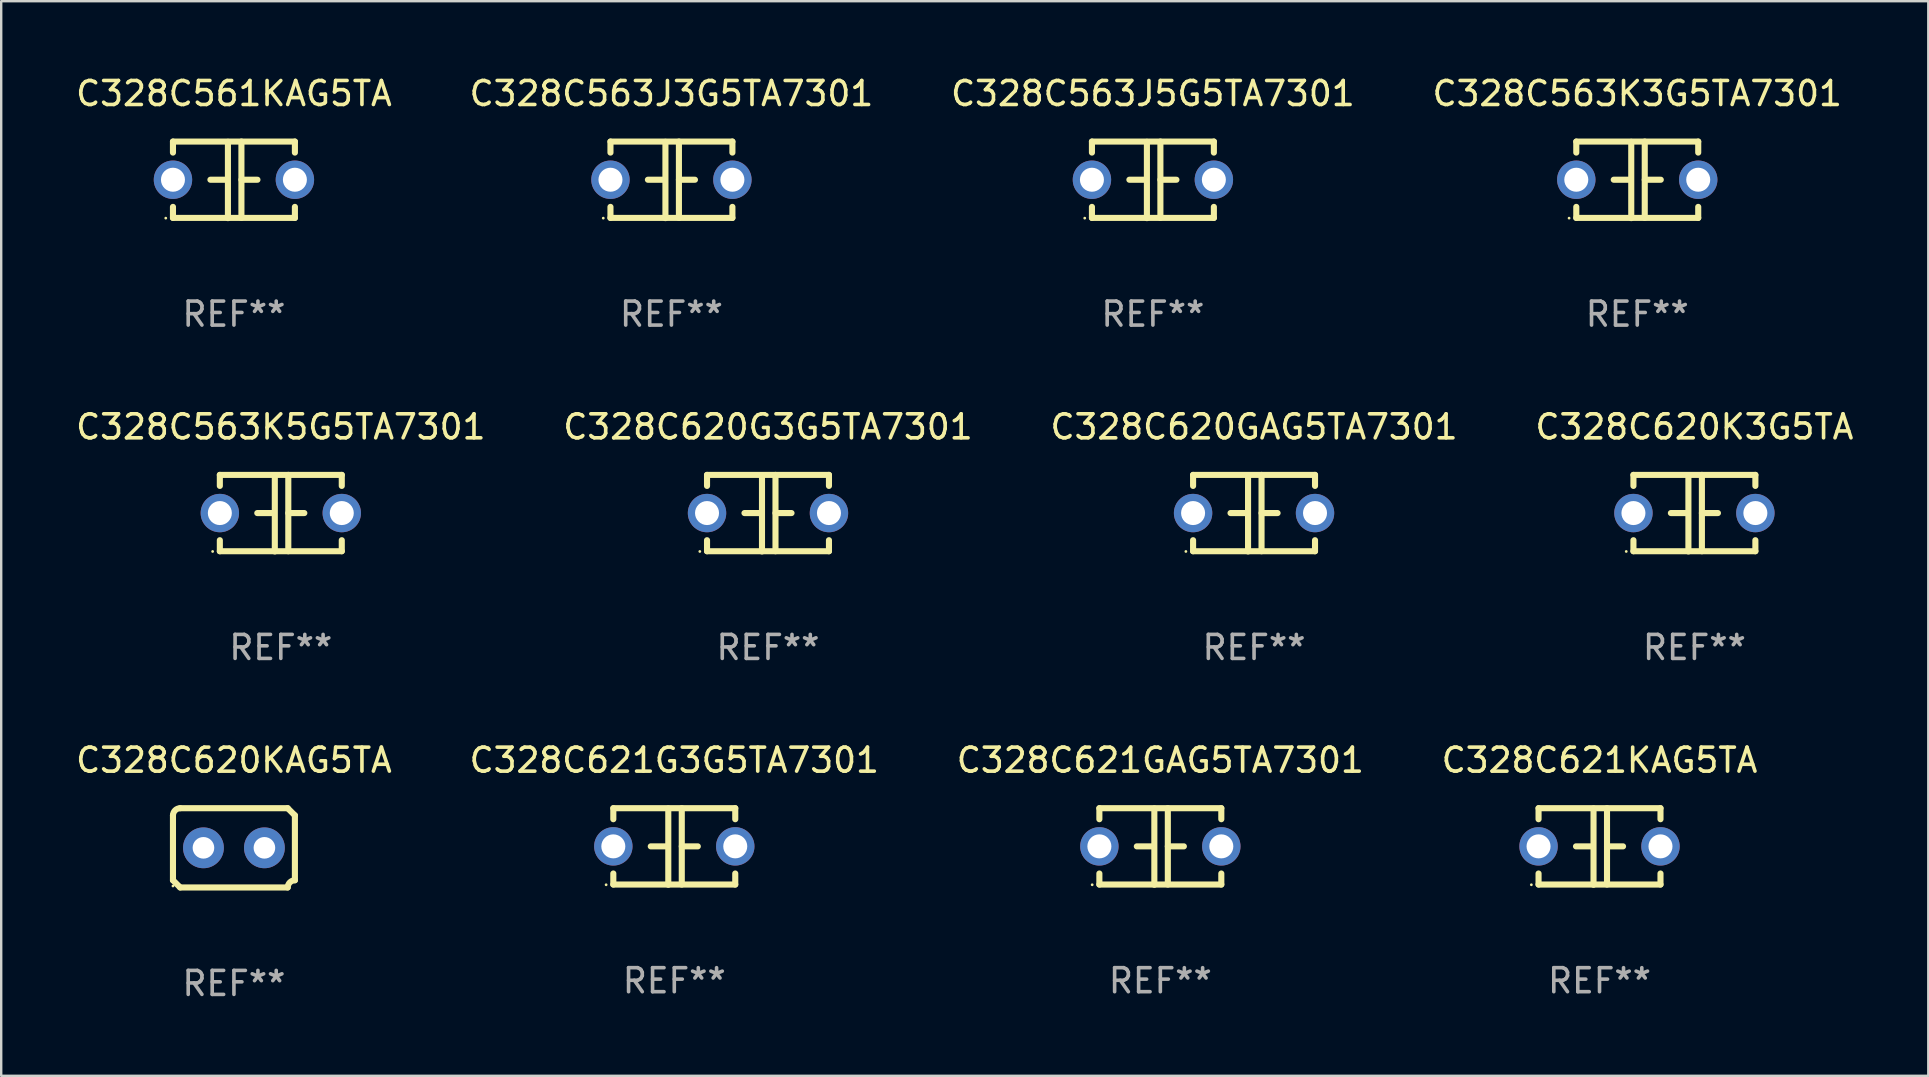
<source format=kicad_pcb>
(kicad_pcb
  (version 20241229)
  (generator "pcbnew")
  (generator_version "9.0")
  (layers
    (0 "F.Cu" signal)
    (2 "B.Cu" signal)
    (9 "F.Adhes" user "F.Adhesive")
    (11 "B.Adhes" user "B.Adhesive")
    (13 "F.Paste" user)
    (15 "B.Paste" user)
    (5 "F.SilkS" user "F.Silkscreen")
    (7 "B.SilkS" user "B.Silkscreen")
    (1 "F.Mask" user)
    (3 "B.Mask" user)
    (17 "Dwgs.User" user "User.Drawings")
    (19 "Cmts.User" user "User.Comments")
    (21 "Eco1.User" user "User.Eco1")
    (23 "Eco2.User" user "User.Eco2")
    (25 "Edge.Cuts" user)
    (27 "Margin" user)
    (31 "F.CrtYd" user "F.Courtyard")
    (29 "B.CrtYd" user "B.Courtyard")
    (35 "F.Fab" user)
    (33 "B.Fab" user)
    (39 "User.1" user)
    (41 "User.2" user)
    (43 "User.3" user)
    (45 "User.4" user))
  (footprint "C328C563K5G5TA7301"
    (layer "F.Cu")
    (at 8.649 18.33)
    (property "Reference" "C328C563K5G5TA7301" (at 0 -3.595 0) (layer "F.SilkS") (effects (font (size 1 1) (thickness 0.15))))
    (attr through_hole)
    (fp_line (start -2.54 -1.595) (end -2.54 -1.136) (stroke (width 0.254) (type solid)) (layer "F.SilkS"))
    (fp_line (start -2.54 -1.595) (end 2.54 -1.595) (stroke (width 0.254) (type solid)) (layer "F.SilkS"))
    (fp_line (start -2.54 1.126) (end -2.54 1.585) (stroke (width 0.254) (type solid)) (layer "F.SilkS"))
    (fp_line (start -0.312 -0.005) (end -0.98 -0.005) (stroke (width 0.254) (type solid)) (layer "F.SilkS"))
    (fp_line (start -0.25 -1.585) (end -0.25 1.595) (stroke (width 0.254) (type solid)) (layer "F.SilkS"))
    (fp_line (start 0.312 -1.595) (end 0.312 1.585) (stroke (width 0.254) (type solid)) (layer "F.SilkS"))
    (fp_line (start 0.312 -0.005) (end 0.98 -0.005) (stroke (width 0.254) (type solid)) (layer "F.SilkS"))
    (fp_line (start 2.54 -1.595) (end 2.54 -1.136) (stroke (width 0.254) (type solid)) (layer "F.SilkS"))
    (fp_line (start 2.54 1.126) (end 2.54 1.585) (stroke (width 0.254) (type solid)) (layer "F.SilkS"))
    (fp_line (start 2.54 1.585) (end -2.54 1.585) (stroke (width 0.254) (type solid)) (layer "F.SilkS"))
    (fp_circle (center -2.84 1.595) (end -2.81 1.595) (stroke (width 0.06) (type solid)) (fill no) (layer "F.SilkS"))
    (fp_text user "REF**" (at 0 5.595 0) (layer "F.Fab") (effects (font (size 1 1) (thickness 0.15))))
    (pad "1" thru_hole circle (at -2.54 -0.005) (size 1.6 1.6) (drill 1) (layers "*.Cu" "*.Mask"))
    (pad "2" thru_hole circle (at 2.54 -0.005) (size 1.6 1.6) (drill 1) (layers "*.Cu" "*.Mask")))
  (footprint "C328C620GAG5TA7301"
    (layer "F.Cu")
    (at 49.196 18.33)
    (property "Reference" "C328C620GAG5TA7301" (at 0 -3.595 0) (layer "F.SilkS") (effects (font (size 1 1) (thickness 0.15))))
    (attr through_hole)
    (fp_line (start -2.54 -1.595) (end -2.54 -1.136) (stroke (width 0.254) (type solid)) (layer "F.SilkS"))
    (fp_line (start -2.54 -1.595) (end 2.54 -1.595) (stroke (width 0.254) (type solid)) (layer "F.SilkS"))
    (fp_line (start -2.54 1.126) (end -2.54 1.585) (stroke (width 0.254) (type solid)) (layer "F.SilkS"))
    (fp_line (start -0.312 -0.005) (end -0.98 -0.005) (stroke (width 0.254) (type solid)) (layer "F.SilkS"))
    (fp_line (start -0.25 -1.585) (end -0.25 1.595) (stroke (width 0.254) (type solid)) (layer "F.SilkS"))
    (fp_line (start 0.312 -1.595) (end 0.312 1.585) (stroke (width 0.254) (type solid)) (layer "F.SilkS"))
    (fp_line (start 0.312 -0.005) (end 0.98 -0.005) (stroke (width 0.254) (type solid)) (layer "F.SilkS"))
    (fp_line (start 2.54 -1.595) (end 2.54 -1.136) (stroke (width 0.254) (type solid)) (layer "F.SilkS"))
    (fp_line (start 2.54 1.126) (end 2.54 1.585) (stroke (width 0.254) (type solid)) (layer "F.SilkS"))
    (fp_line (start 2.54 1.585) (end -2.54 1.585) (stroke (width 0.254) (type solid)) (layer "F.SilkS"))
    (fp_circle (center -2.84 1.595) (end -2.81 1.595) (stroke (width 0.06) (type solid)) (fill no) (layer "F.SilkS"))
    (fp_text user "REF**" (at 0 5.595 0) (layer "F.Fab") (effects (font (size 1 1) (thickness 0.15))))
    (pad "1" thru_hole circle (at -2.54 -0.005) (size 1.6 1.6) (drill 1) (layers "*.Cu" "*.Mask"))
    (pad "2" thru_hole circle (at 2.54 -0.005) (size 1.6 1.6) (drill 1) (layers "*.Cu" "*.Mask")))
  (footprint "C328C621G3G5TA7301"
    (layer "F.Cu")
    (at 25.042 32.216)
    (property "Reference" "C328C621G3G5TA7301" (at 0 -3.595 0) (layer "F.SilkS") (effects (font (size 1 1) (thickness 0.15))))
    (attr through_hole)
    (fp_line (start -2.54 -1.595) (end -2.54 -1.136) (stroke (width 0.254) (type solid)) (layer "F.SilkS"))
    (fp_line (start -2.54 -1.595) (end 2.54 -1.595) (stroke (width 0.254) (type solid)) (layer "F.SilkS"))
    (fp_line (start -2.54 1.126) (end -2.54 1.585) (stroke (width 0.254) (type solid)) (layer "F.SilkS"))
    (fp_line (start -0.312 -0.005) (end -0.98 -0.005) (stroke (width 0.254) (type solid)) (layer "F.SilkS"))
    (fp_line (start -0.25 -1.585) (end -0.25 1.595) (stroke (width 0.254) (type solid)) (layer "F.SilkS"))
    (fp_line (start 0.312 -1.595) (end 0.312 1.585) (stroke (width 0.254) (type solid)) (layer "F.SilkS"))
    (fp_line (start 0.312 -0.005) (end 0.98 -0.005) (stroke (width 0.254) (type solid)) (layer "F.SilkS"))
    (fp_line (start 2.54 -1.595) (end 2.54 -1.136) (stroke (width 0.254) (type solid)) (layer "F.SilkS"))
    (fp_line (start 2.54 1.126) (end 2.54 1.585) (stroke (width 0.254) (type solid)) (layer "F.SilkS"))
    (fp_line (start 2.54 1.585) (end -2.54 1.585) (stroke (width 0.254) (type solid)) (layer "F.SilkS"))
    (fp_circle (center -2.84 1.595) (end -2.81 1.595) (stroke (width 0.06) (type solid)) (fill no) (layer "F.SilkS"))
    (fp_text user "REF**" (at 0 5.595 0) (layer "F.Fab") (effects (font (size 1 1) (thickness 0.15))))
    (pad "1" thru_hole circle (at -2.54 -0.005) (size 1.6 1.6) (drill 1) (layers "*.Cu" "*.Mask"))
    (pad "2" thru_hole circle (at 2.54 -0.005) (size 1.6 1.6) (drill 1) (layers "*.Cu" "*.Mask")))
  (footprint "C328C621KAG5TA"
    (layer "F.Cu")
    (at 63.589 32.216)
    (property "Reference" "C328C621KAG5TA" (at 0 -3.595 0) (layer "F.SilkS") (effects (font (size 1 1) (thickness 0.15))))
    (attr through_hole)
    (fp_line (start -2.54 -1.595) (end -2.54 -1.136) (stroke (width 0.254) (type solid)) (layer "F.SilkS"))
    (fp_line (start -2.54 -1.595) (end 2.54 -1.595) (stroke (width 0.254) (type solid)) (layer "F.SilkS"))
    (fp_line (start -2.54 1.126) (end -2.54 1.585) (stroke (width 0.254) (type solid)) (layer "F.SilkS"))
    (fp_line (start -0.312 -0.005) (end -0.98 -0.005) (stroke (width 0.254) (type solid)) (layer "F.SilkS"))
    (fp_line (start -0.25 -1.585) (end -0.25 1.595) (stroke (width 0.254) (type solid)) (layer "F.SilkS"))
    (fp_line (start 0.312 -1.595) (end 0.312 1.585) (stroke (width 0.254) (type solid)) (layer "F.SilkS"))
    (fp_line (start 0.312 -0.005) (end 0.98 -0.005) (stroke (width 0.254) (type solid)) (layer "F.SilkS"))
    (fp_line (start 2.54 -1.595) (end 2.54 -1.136) (stroke (width 0.254) (type solid)) (layer "F.SilkS"))
    (fp_line (start 2.54 1.126) (end 2.54 1.585) (stroke (width 0.254) (type solid)) (layer "F.SilkS"))
    (fp_line (start 2.54 1.585) (end -2.54 1.585) (stroke (width 0.254) (type solid)) (layer "F.SilkS"))
    (fp_circle (center -2.84 1.595) (end -2.81 1.595) (stroke (width 0.06) (type solid)) (fill no) (layer "F.SilkS"))
    (fp_text user "REF**" (at 0 5.595 0) (layer "F.Fab") (effects (font (size 1 1) (thickness 0.15))))
    (pad "1" thru_hole circle (at -2.54 -0.005) (size 1.6 1.6) (drill 1) (layers "*.Cu" "*.Mask"))
    (pad "2" thru_hole circle (at 2.54 -0.005) (size 1.6 1.6) (drill 1) (layers "*.Cu" "*.Mask")))
  (footprint "C328C620KAG5TA"
    (layer "F.Cu")
    (at 6.696 32.272)
    (property "Reference" "C328C620KAG5TA" (at 0 -3.651 0) (layer "F.SilkS") (effects (font (size 1 1) (thickness 0.15))))
    (attr through_hole)
    (fp_line (start -2.54 -1.351) (end -2.54 1.351) (stroke (width 0.254) (type solid)) (layer "F.SilkS"))
    (fp_line (start -2.24 -1.651) (end 2.24 -1.651) (stroke (width 0.254) (type solid)) (layer "F.SilkS"))
    (fp_line (start 2.24 1.651) (end -2.24 1.651) (stroke (width 0.254) (type solid)) (layer "F.SilkS"))
    (fp_line (start 2.54 1.351) (end 2.54 -1.351) (stroke (width 0.254) (type solid)) (layer "F.SilkS"))
    (fp_arc (start -2.540005 -1.351283) (mid -2.450115 -1.561309) (end -2.240005 -1.651003) (stroke (width 0.254001) (type solid)) (layer "F.SilkS"))
    (fp_arc (start -2.240287 1.651001) (mid -2.390163 1.501019) (end -2.540005 1.351003) (stroke (width 0.254001) (type solid)) (layer "F.SilkS"))
    (fp_arc (start 2.240005 1.651003) (mid 2.329934 1.441015) (end 2.540005 1.351282) (stroke (width 0.254001) (type solid)) (layer "F.SilkS"))
    (fp_arc (start 2.540005 -1.351003) (mid 2.389393 -1.500252) (end 2.240284 -1.651003) (stroke (width 0.254001) (type solid)) (layer "F.SilkS"))
    (fp_circle (center -2.54 1.59) (end -2.51 1.59) (stroke (width 0.06) (type solid)) (fill no) (layer "F.SilkS"))
    (fp_text user "REF**" (at 0 5.651 0) (layer "F.Fab") (effects (font (size 1 1) (thickness 0.15))))
    (pad "1" thru_hole circle (at -1.27 0) (size 1.7 1.7) (drill 0.9) (layers "*.Cu" "*.Mask"))
    (pad "2" thru_hole circle (at 1.27 0) (size 1.7 1.7) (drill 0.9) (layers "*.Cu" "*.Mask")))
  (footprint "C328C620K3G5TA"
    (layer "F.Cu")
    (at 67.542 18.33)
    (property "Reference" "C328C620K3G5TA" (at 0 -3.595 0) (layer "F.SilkS") (effects (font (size 1 1) (thickness 0.15))))
    (attr through_hole)
    (fp_line (start -2.54 -1.595) (end -2.54 -1.136) (stroke (width 0.254) (type solid)) (layer "F.SilkS"))
    (fp_line (start -2.54 -1.595) (end 2.54 -1.595) (stroke (width 0.254) (type solid)) (layer "F.SilkS"))
    (fp_line (start -2.54 1.126) (end -2.54 1.585) (stroke (width 0.254) (type solid)) (layer "F.SilkS"))
    (fp_line (start -0.312 -0.005) (end -0.98 -0.005) (stroke (width 0.254) (type solid)) (layer "F.SilkS"))
    (fp_line (start -0.25 -1.585) (end -0.25 1.595) (stroke (width 0.254) (type solid)) (layer "F.SilkS"))
    (fp_line (start 0.312 -1.595) (end 0.312 1.585) (stroke (width 0.254) (type solid)) (layer "F.SilkS"))
    (fp_line (start 0.312 -0.005) (end 0.98 -0.005) (stroke (width 0.254) (type solid)) (layer "F.SilkS"))
    (fp_line (start 2.54 -1.595) (end 2.54 -1.136) (stroke (width 0.254) (type solid)) (layer "F.SilkS"))
    (fp_line (start 2.54 1.126) (end 2.54 1.585) (stroke (width 0.254) (type solid)) (layer "F.SilkS"))
    (fp_line (start 2.54 1.585) (end -2.54 1.585) (stroke (width 0.254) (type solid)) (layer "F.SilkS"))
    (fp_circle (center -2.84 1.595) (end -2.81 1.595) (stroke (width 0.06) (type solid)) (fill no) (layer "F.SilkS"))
    (fp_text user "REF**" (at 0 5.595 0) (layer "F.Fab") (effects (font (size 1 1) (thickness 0.15))))
    (pad "1" thru_hole circle (at -2.54 -0.005) (size 1.6 1.6) (drill 1) (layers "*.Cu" "*.Mask"))
    (pad "2" thru_hole circle (at 2.54 -0.005) (size 1.6 1.6) (drill 1) (layers "*.Cu" "*.Mask")))
  (footprint "C328C563J3G5TA7301"
    (layer "F.Cu")
    (at 24.923 4.443)
    (property "Reference" "C328C563J3G5TA7301" (at 0 -3.595 0) (layer "F.SilkS") (effects (font (size 1 1) (thickness 0.15))))
    (attr through_hole)
    (fp_line (start -2.54 -1.595) (end -2.54 -1.136) (stroke (width 0.254) (type solid)) (layer "F.SilkS"))
    (fp_line (start -2.54 -1.595) (end 2.54 -1.595) (stroke (width 0.254) (type solid)) (layer "F.SilkS"))
    (fp_line (start -2.54 1.126) (end -2.54 1.585) (stroke (width 0.254) (type solid)) (layer "F.SilkS"))
    (fp_line (start -0.312 -0.005) (end -0.98 -0.005) (stroke (width 0.254) (type solid)) (layer "F.SilkS"))
    (fp_line (start -0.25 -1.585) (end -0.25 1.595) (stroke (width 0.254) (type solid)) (layer "F.SilkS"))
    (fp_line (start 0.312 -1.595) (end 0.312 1.585) (stroke (width 0.254) (type solid)) (layer "F.SilkS"))
    (fp_line (start 0.312 -0.005) (end 0.98 -0.005) (stroke (width 0.254) (type solid)) (layer "F.SilkS"))
    (fp_line (start 2.54 -1.595) (end 2.54 -1.136) (stroke (width 0.254) (type solid)) (layer "F.SilkS"))
    (fp_line (start 2.54 1.126) (end 2.54 1.585) (stroke (width 0.254) (type solid)) (layer "F.SilkS"))
    (fp_line (start 2.54 1.585) (end -2.54 1.585) (stroke (width 0.254) (type solid)) (layer "F.SilkS"))
    (fp_circle (center -2.84 1.595) (end -2.81 1.595) (stroke (width 0.06) (type solid)) (fill no) (layer "F.SilkS"))
    (fp_text user "REF**" (at 0 5.595 0) (layer "F.Fab") (effects (font (size 1 1) (thickness 0.15))))
    (pad "1" thru_hole circle (at -2.54 -0.005) (size 1.6 1.6) (drill 1) (layers "*.Cu" "*.Mask"))
    (pad "2" thru_hole circle (at 2.54 -0.005) (size 1.6 1.6) (drill 1) (layers "*.Cu" "*.Mask")))
  (footprint "C328C561KAG5TA"
    (layer "F.Cu")
    (at 6.696 4.443)
    (property "Reference" "C328C561KAG5TA" (at 0 -3.595 0) (layer "F.SilkS") (effects (font (size 1 1) (thickness 0.15))))
    (attr through_hole)
    (fp_line (start -2.54 -1.595) (end -2.54 -1.136) (stroke (width 0.254) (type solid)) (layer "F.SilkS"))
    (fp_line (start -2.54 -1.595) (end 2.54 -1.595) (stroke (width 0.254) (type solid)) (layer "F.SilkS"))
    (fp_line (start -2.54 1.126) (end -2.54 1.585) (stroke (width 0.254) (type solid)) (layer "F.SilkS"))
    (fp_line (start -0.312 -0.005) (end -0.98 -0.005) (stroke (width 0.254) (type solid)) (layer "F.SilkS"))
    (fp_line (start -0.25 -1.585) (end -0.25 1.595) (stroke (width 0.254) (type solid)) (layer "F.SilkS"))
    (fp_line (start 0.312 -1.595) (end 0.312 1.585) (stroke (width 0.254) (type solid)) (layer "F.SilkS"))
    (fp_line (start 0.312 -0.005) (end 0.98 -0.005) (stroke (width 0.254) (type solid)) (layer "F.SilkS"))
    (fp_line (start 2.54 -1.595) (end 2.54 -1.136) (stroke (width 0.254) (type solid)) (layer "F.SilkS"))
    (fp_line (start 2.54 1.126) (end 2.54 1.585) (stroke (width 0.254) (type solid)) (layer "F.SilkS"))
    (fp_line (start 2.54 1.585) (end -2.54 1.585) (stroke (width 0.254) (type solid)) (layer "F.SilkS"))
    (fp_circle (center -2.84 1.595) (end -2.81 1.595) (stroke (width 0.06) (type solid)) (fill no) (layer "F.SilkS"))
    (fp_text user "REF**" (at 0 5.595 0) (layer "F.Fab") (effects (font (size 1 1) (thickness 0.15))))
    (pad "1" thru_hole circle (at -2.54 -0.005) (size 1.6 1.6) (drill 1) (layers "*.Cu" "*.Mask"))
    (pad "2" thru_hole circle (at 2.54 -0.005) (size 1.6 1.6) (drill 1) (layers "*.Cu" "*.Mask")))
  (footprint "C328C621GAG5TA7301"
    (layer "F.Cu")
    (at 45.292 32.216)
    (property "Reference" "C328C621GAG5TA7301" (at 0 -3.595 0) (layer "F.SilkS") (effects (font (size 1 1) (thickness 0.15))))
    (attr through_hole)
    (fp_line (start -2.54 -1.595) (end -2.54 -1.136) (stroke (width 0.254) (type solid)) (layer "F.SilkS"))
    (fp_line (start -2.54 -1.595) (end 2.54 -1.595) (stroke (width 0.254) (type solid)) (layer "F.SilkS"))
    (fp_line (start -2.54 1.126) (end -2.54 1.585) (stroke (width 0.254) (type solid)) (layer "F.SilkS"))
    (fp_line (start -0.312 -0.005) (end -0.98 -0.005) (stroke (width 0.254) (type solid)) (layer "F.SilkS"))
    (fp_line (start -0.25 -1.585) (end -0.25 1.595) (stroke (width 0.254) (type solid)) (layer "F.SilkS"))
    (fp_line (start 0.312 -1.595) (end 0.312 1.585) (stroke (width 0.254) (type solid)) (layer "F.SilkS"))
    (fp_line (start 0.312 -0.005) (end 0.98 -0.005) (stroke (width 0.254) (type solid)) (layer "F.SilkS"))
    (fp_line (start 2.54 -1.595) (end 2.54 -1.136) (stroke (width 0.254) (type solid)) (layer "F.SilkS"))
    (fp_line (start 2.54 1.126) (end 2.54 1.585) (stroke (width 0.254) (type solid)) (layer "F.SilkS"))
    (fp_line (start 2.54 1.585) (end -2.54 1.585) (stroke (width 0.254) (type solid)) (layer "F.SilkS"))
    (fp_circle (center -2.84 1.595) (end -2.81 1.595) (stroke (width 0.06) (type solid)) (fill no) (layer "F.SilkS"))
    (fp_text user "REF**" (at 0 5.595 0) (layer "F.Fab") (effects (font (size 1 1) (thickness 0.15))))
    (pad "1" thru_hole circle (at -2.54 -0.005) (size 1.6 1.6) (drill 1) (layers "*.Cu" "*.Mask"))
    (pad "2" thru_hole circle (at 2.54 -0.005) (size 1.6 1.6) (drill 1) (layers "*.Cu" "*.Mask")))
  (footprint "C328C563K3G5TA7301"
    (layer "F.Cu")
    (at 65.161 4.443)
    (property "Reference" "C328C563K3G5TA7301" (at 0 -3.595 0) (layer "F.SilkS") (effects (font (size 1 1) (thickness 0.15))))
    (attr through_hole)
    (fp_line (start -2.54 -1.595) (end -2.54 -1.136) (stroke (width 0.254) (type solid)) (layer "F.SilkS"))
    (fp_line (start -2.54 -1.595) (end 2.54 -1.595) (stroke (width 0.254) (type solid)) (layer "F.SilkS"))
    (fp_line (start -2.54 1.126) (end -2.54 1.585) (stroke (width 0.254) (type solid)) (layer "F.SilkS"))
    (fp_line (start -0.312 -0.005) (end -0.98 -0.005) (stroke (width 0.254) (type solid)) (layer "F.SilkS"))
    (fp_line (start -0.25 -1.585) (end -0.25 1.595) (stroke (width 0.254) (type solid)) (layer "F.SilkS"))
    (fp_line (start 0.312 -1.595) (end 0.312 1.585) (stroke (width 0.254) (type solid)) (layer "F.SilkS"))
    (fp_line (start 0.312 -0.005) (end 0.98 -0.005) (stroke (width 0.254) (type solid)) (layer "F.SilkS"))
    (fp_line (start 2.54 -1.595) (end 2.54 -1.136) (stroke (width 0.254) (type solid)) (layer "F.SilkS"))
    (fp_line (start 2.54 1.126) (end 2.54 1.585) (stroke (width 0.254) (type solid)) (layer "F.SilkS"))
    (fp_line (start 2.54 1.585) (end -2.54 1.585) (stroke (width 0.254) (type solid)) (layer "F.SilkS"))
    (fp_circle (center -2.84 1.595) (end -2.81 1.595) (stroke (width 0.06) (type solid)) (fill no) (layer "F.SilkS"))
    (fp_text user "REF**" (at 0 5.595 0) (layer "F.Fab") (effects (font (size 1 1) (thickness 0.15))))
    (pad "1" thru_hole circle (at -2.54 -0.005) (size 1.6 1.6) (drill 1) (layers "*.Cu" "*.Mask"))
    (pad "2" thru_hole circle (at 2.54 -0.005) (size 1.6 1.6) (drill 1) (layers "*.Cu" "*.Mask")))
  (footprint "C328C620G3G5TA7301"
    (layer "F.Cu")
    (at 28.946 18.33)
    (property "Reference" "C328C620G3G5TA7301" (at 0 -3.595 0) (layer "F.SilkS") (effects (font (size 1 1) (thickness 0.15))))
    (attr through_hole)
    (fp_line (start -2.54 -1.595) (end -2.54 -1.136) (stroke (width 0.254) (type solid)) (layer "F.SilkS"))
    (fp_line (start -2.54 -1.595) (end 2.54 -1.595) (stroke (width 0.254) (type solid)) (layer "F.SilkS"))
    (fp_line (start -2.54 1.126) (end -2.54 1.585) (stroke (width 0.254) (type solid)) (layer "F.SilkS"))
    (fp_line (start -0.312 -0.005) (end -0.98 -0.005) (stroke (width 0.254) (type solid)) (layer "F.SilkS"))
    (fp_line (start -0.25 -1.585) (end -0.25 1.595) (stroke (width 0.254) (type solid)) (layer "F.SilkS"))
    (fp_line (start 0.312 -1.595) (end 0.312 1.585) (stroke (width 0.254) (type solid)) (layer "F.SilkS"))
    (fp_line (start 0.312 -0.005) (end 0.98 -0.005) (stroke (width 0.254) (type solid)) (layer "F.SilkS"))
    (fp_line (start 2.54 -1.595) (end 2.54 -1.136) (stroke (width 0.254) (type solid)) (layer "F.SilkS"))
    (fp_line (start 2.54 1.126) (end 2.54 1.585) (stroke (width 0.254) (type solid)) (layer "F.SilkS"))
    (fp_line (start 2.54 1.585) (end -2.54 1.585) (stroke (width 0.254) (type solid)) (layer "F.SilkS"))
    (fp_circle (center -2.84 1.595) (end -2.81 1.595) (stroke (width 0.06) (type solid)) (fill no) (layer "F.SilkS"))
    (fp_text user "REF**" (at 0 5.595 0) (layer "F.Fab") (effects (font (size 1 1) (thickness 0.15))))
    (pad "1" thru_hole circle (at -2.54 -0.005) (size 1.6 1.6) (drill 1) (layers "*.Cu" "*.Mask"))
    (pad "2" thru_hole circle (at 2.54 -0.005) (size 1.6 1.6) (drill 1) (layers "*.Cu" "*.Mask")))
  (footprint "C328C563J5G5TA7301"
    (layer "F.Cu")
    (at 44.982 4.443)
    (property "Reference" "C328C563J5G5TA7301" (at 0 -3.595 0) (layer "F.SilkS") (effects (font (size 1 1) (thickness 0.15))))
    (attr through_hole)
    (fp_line (start -2.54 -1.595) (end -2.54 -1.136) (stroke (width 0.254) (type solid)) (layer "F.SilkS"))
    (fp_line (start -2.54 -1.595) (end 2.54 -1.595) (stroke (width 0.254) (type solid)) (layer "F.SilkS"))
    (fp_line (start -2.54 1.126) (end -2.54 1.585) (stroke (width 0.254) (type solid)) (layer "F.SilkS"))
    (fp_line (start -0.312 -0.005) (end -0.98 -0.005) (stroke (width 0.254) (type solid)) (layer "F.SilkS"))
    (fp_line (start -0.25 -1.585) (end -0.25 1.595) (stroke (width 0.254) (type solid)) (layer "F.SilkS"))
    (fp_line (start 0.312 -1.595) (end 0.312 1.585) (stroke (width 0.254) (type solid)) (layer "F.SilkS"))
    (fp_line (start 0.312 -0.005) (end 0.98 -0.005) (stroke (width 0.254) (type solid)) (layer "F.SilkS"))
    (fp_line (start 2.54 -1.595) (end 2.54 -1.136) (stroke (width 0.254) (type solid)) (layer "F.SilkS"))
    (fp_line (start 2.54 1.126) (end 2.54 1.585) (stroke (width 0.254) (type solid)) (layer "F.SilkS"))
    (fp_line (start 2.54 1.585) (end -2.54 1.585) (stroke (width 0.254) (type solid)) (layer "F.SilkS"))
    (fp_circle (center -2.84 1.595) (end -2.81 1.595) (stroke (width 0.06) (type solid)) (fill no) (layer "F.SilkS"))
    (fp_text user "REF**" (at 0 5.595 0) (layer "F.Fab") (effects (font (size 1 1) (thickness 0.15))))
    (pad "1" thru_hole circle (at -2.54 -0.005) (size 1.6 1.6) (drill 1) (layers "*.Cu" "*.Mask"))
    (pad "2" thru_hole circle (at 2.54 -0.005) (size 1.6 1.6) (drill 1) (layers "*.Cu" "*.Mask")))
  (gr_rect
    (start -3 -3)
    (end 77.286 41.771)
    (stroke (width 0.1) (type default))
    (fill no)
    (layer "Edge.Cuts")))
</source>
